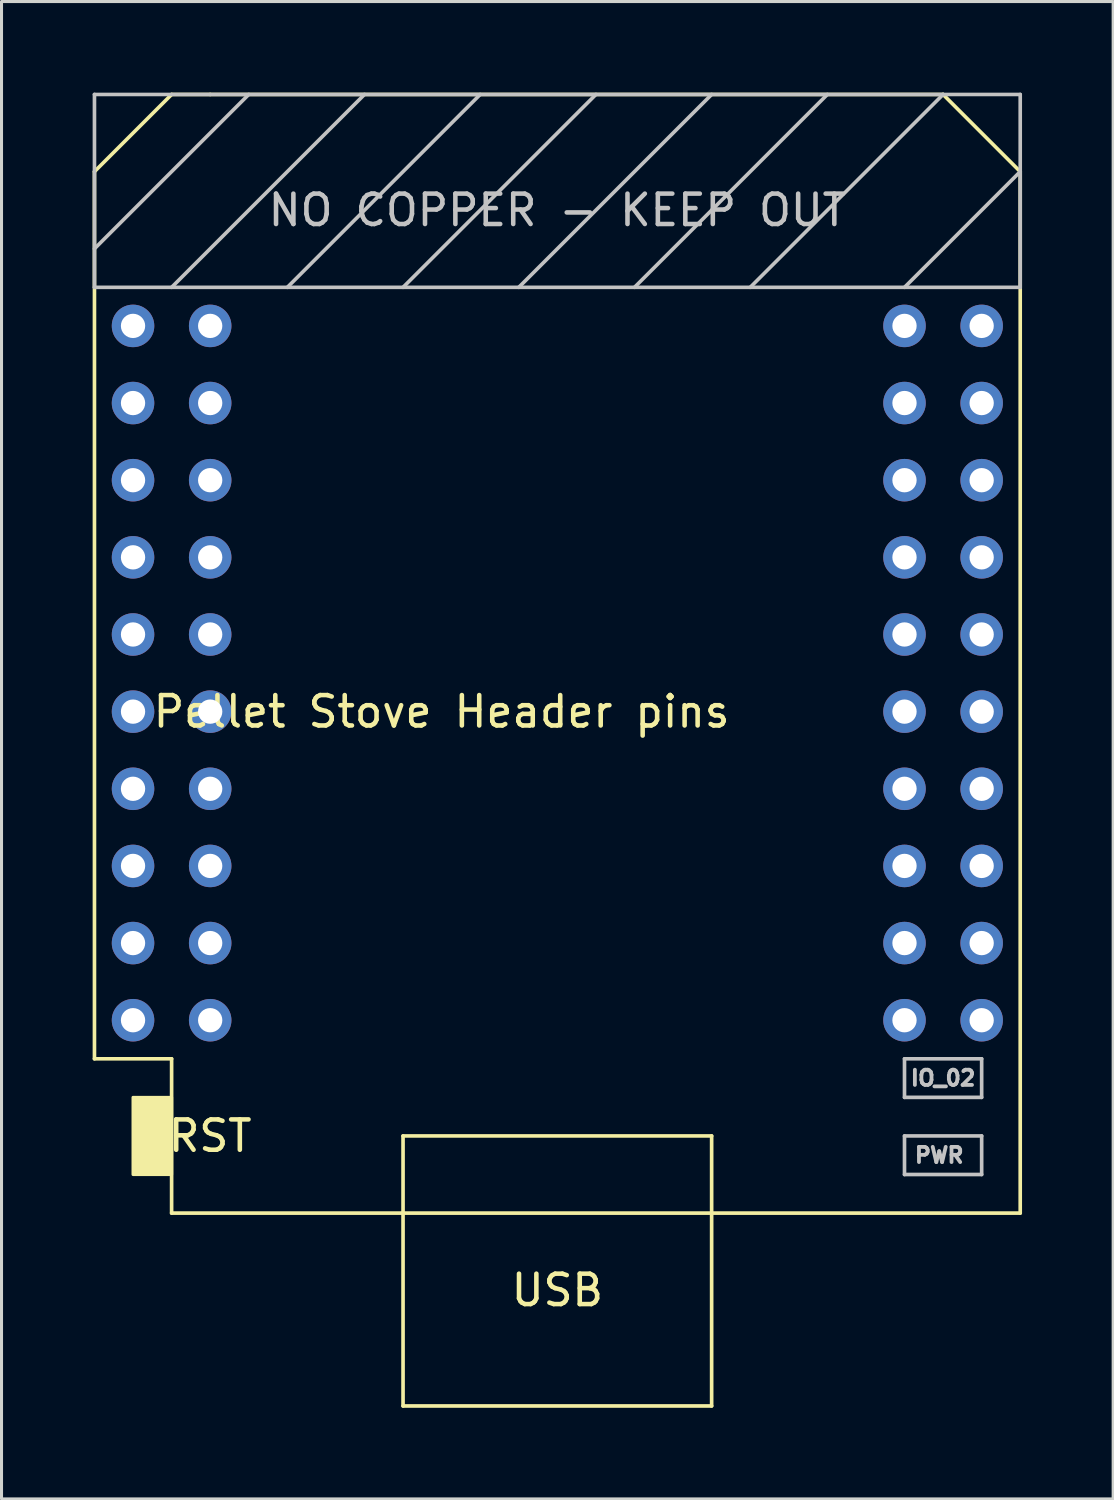
<source format=kicad_pcb>
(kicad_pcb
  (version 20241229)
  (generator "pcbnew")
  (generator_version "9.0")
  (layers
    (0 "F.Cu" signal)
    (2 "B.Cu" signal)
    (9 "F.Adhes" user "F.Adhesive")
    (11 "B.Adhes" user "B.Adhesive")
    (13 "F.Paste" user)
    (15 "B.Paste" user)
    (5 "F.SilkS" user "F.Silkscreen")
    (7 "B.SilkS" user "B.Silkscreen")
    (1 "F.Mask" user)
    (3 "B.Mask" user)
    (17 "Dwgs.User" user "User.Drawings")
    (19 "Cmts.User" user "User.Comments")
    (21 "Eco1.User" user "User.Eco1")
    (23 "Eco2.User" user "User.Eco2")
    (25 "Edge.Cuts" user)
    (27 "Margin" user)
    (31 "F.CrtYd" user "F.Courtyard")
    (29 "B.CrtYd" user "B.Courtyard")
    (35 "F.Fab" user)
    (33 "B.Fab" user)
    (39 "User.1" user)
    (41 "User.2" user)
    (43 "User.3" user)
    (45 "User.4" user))
  (footprint "Pellet Stove Header pins"
    (layer "F.Cu")
    (at 15.3 19.11)
    (property "Reference" "Pellet Stove Header pins" (at -3.81 1.27 0) (layer "F.SilkS") (effects (font (size 1 1) (thickness 0.15))))
    (attr through_hole)
    (fp_line (start -15.24 -16.51) (end -15.24 12.7) (stroke (width 0.12) (type solid)) (layer "F.SilkS"))
    (fp_line (start -15.24 12.7) (end -12.7 12.7) (stroke (width 0.12) (type solid)) (layer "F.SilkS"))
    (fp_line (start -12.7 -19.05) (end -15.24 -16.51) (stroke (width 0.12) (type solid)) (layer "F.SilkS"))
    (fp_line (start -12.7 -19.05) (end -11.43 -19.05) (stroke (width 0.12) (type solid)) (layer "F.SilkS"))
    (fp_line (start -12.7 12.7) (end -12.7 17.78) (stroke (width 0.12) (type solid)) (layer "F.SilkS"))
    (fp_line (start -12.7 17.78) (end 15.24 17.78) (stroke (width 0.12) (type solid)) (layer "F.SilkS"))
    (fp_line (start -5.08 15.24) (end 5.08 15.24) (stroke (width 0.12) (type solid)) (layer "F.SilkS"))
    (fp_line (start -5.08 17.78) (end -5.08 15.24) (stroke (width 0.12) (type solid)) (layer "F.SilkS"))
    (fp_line (start -5.08 17.78) (end -5.08 24.13) (stroke (width 0.12) (type solid)) (layer "F.SilkS"))
    (fp_line (start -5.08 24.13) (end 5.08 24.13) (stroke (width 0.12) (type solid)) (layer "F.SilkS"))
    (fp_line (start 5.08 15.24) (end 5.08 17.78) (stroke (width 0.12) (type solid)) (layer "F.SilkS"))
    (fp_line (start 5.08 24.13) (end 5.08 17.78) (stroke (width 0.12) (type solid)) (layer "F.SilkS"))
    (fp_line (start 12.7 -19.05) (end -11.43 -19.05) (stroke (width 0.12) (type solid)) (layer "F.SilkS"))
    (fp_line (start 12.7 -19.05) (end 15.24 -16.51) (stroke (width 0.12) (type solid)) (layer "F.SilkS"))
    (fp_line (start 15.24 -16.51) (end 15.24 17.78) (stroke (width 0.12) (type solid)) (layer "F.SilkS"))
    (fp_poly (pts (xy -13.97 16.51) (xy -13.97 13.97) (xy -12.7 13.97) (xy -12.7 16.51)) (stroke (width 0.1) (type solid)) (fill yes) (layer "F.SilkS"))
    (fp_line (start -15.24 -19.05) (end -15.24 -12.7) (stroke (width 0.12) (type solid)) (layer "Dwgs.User"))
    (fp_line (start -15.24 -12.7) (end 15.24 -12.7) (stroke (width 0.12) (type solid)) (layer "Dwgs.User"))
    (fp_line (start -10.16 -19.05) (end -15.24 -13.97) (stroke (width 0.12) (type solid)) (layer "Dwgs.User"))
    (fp_line (start -6.35 -19.05) (end -12.7 -12.7) (stroke (width 0.12) (type solid)) (layer "Dwgs.User"))
    (fp_line (start -2.54 -19.05) (end -8.89 -12.7) (stroke (width 0.12) (type solid)) (layer "Dwgs.User"))
    (fp_line (start 1.27 -19.05) (end -5.08 -12.7) (stroke (width 0.12) (type solid)) (layer "Dwgs.User"))
    (fp_line (start 5.08 -19.05) (end -1.27 -12.7) (stroke (width 0.12) (type solid)) (layer "Dwgs.User"))
    (fp_line (start 8.89 -19.05) (end 2.54 -12.7) (stroke (width 0.12) (type solid)) (layer "Dwgs.User"))
    (fp_line (start 11.43 12.7) (end 11.43 13.97) (stroke (width 0.12) (type solid)) (layer "Dwgs.User"))
    (fp_line (start 11.43 13.97) (end 13.97 13.97) (stroke (width 0.12) (type solid)) (layer "Dwgs.User"))
    (fp_line (start 11.43 15.24) (end 13.97 15.24) (stroke (width 0.12) (type solid)) (layer "Dwgs.User"))
    (fp_line (start 11.43 16.51) (end 11.43 15.24) (stroke (width 0.12) (type solid)) (layer "Dwgs.User"))
    (fp_line (start 12.7 -19.05) (end 6.35 -12.7) (stroke (width 0.12) (type solid)) (layer "Dwgs.User"))
    (fp_line (start 13.97 12.7) (end 11.43 12.7) (stroke (width 0.12) (type solid)) (layer "Dwgs.User"))
    (fp_line (start 13.97 13.97) (end 13.97 12.7) (stroke (width 0.12) (type solid)) (layer "Dwgs.User"))
    (fp_line (start 13.97 15.24) (end 13.97 16.51) (stroke (width 0.12) (type solid)) (layer "Dwgs.User"))
    (fp_line (start 13.97 16.51) (end 11.43 16.51) (stroke (width 0.12) (type solid)) (layer "Dwgs.User"))
    (fp_line (start 15.24 -19.05) (end -15.24 -19.05) (stroke (width 0.12) (type solid)) (layer "Dwgs.User"))
    (fp_line (start 15.24 -16.51) (end 11.43 -12.7) (stroke (width 0.12) (type solid)) (layer "Dwgs.User"))
    (fp_line (start 15.24 -12.7) (end 15.24 -19.05) (stroke (width 0.12) (type solid)) (layer "Dwgs.User"))
    (fp_text user "USB" (at 0 20.32 0) (layer "F.SilkS") (effects (font (size 1 1) (thickness 0.15))))
    (fp_text user "RST" (at -11.43 15.24 0) (layer "F.SilkS") (effects (font (size 1 1) (thickness 0.15))))
    (fp_text user "PWR" (at 12.573 15.875 0) (layer "Dwgs.User") (effects (font (size 0.5 0.5) (thickness 0.125))))
    (fp_text user "NO COPPER - KEEP OUT" (at 0 -15.24 0) (layer "Dwgs.User") (effects (font (size 1 1) (thickness 0.15))))
    (fp_text user "IO_02" (at 12.7 13.335 0) (layer "Dwgs.User") (effects (font (size 0.5 0.5) (thickness 0.125))))
    (pad "1" thru_hole circle (at -13.97 -11.43 270) (size 1.4 1.4) (drill 0.8) (layers "*.Cu" "*.Mask"))
    (pad "2" thru_hole circle (at -11.43 -11.43 270) (size 1.4 1.4) (drill 0.8) (layers "*.Cu" "*.Mask"))
    (pad "3" thru_hole circle (at -13.97 -8.89 270) (size 1.4 1.4) (drill 0.8) (layers "*.Cu" "*.Mask"))
    (pad "4" thru_hole circle (at -11.43 -8.89 270) (size 1.4 1.4) (drill 0.8) (layers "*.Cu" "*.Mask"))
    (pad "5" thru_hole circle (at -13.97 -6.35 270) (size 1.4 1.4) (drill 0.8) (layers "*.Cu" "*.Mask"))
    (pad "6" thru_hole circle (at -11.43 -6.35 270) (size 1.4 1.4) (drill 0.8) (layers "*.Cu" "*.Mask"))
    (pad "7" thru_hole circle (at -13.97 -3.81 270) (size 1.4 1.4) (drill 0.8) (layers "*.Cu" "*.Mask"))
    (pad "8" thru_hole circle (at -11.43 -3.81 270) (size 1.4 1.4) (drill 0.8) (layers "*.Cu" "*.Mask"))
    (pad "9" thru_hole circle (at -13.97 -1.27 270) (size 1.4 1.4) (drill 0.8) (layers "*.Cu" "*.Mask"))
    (pad "10" thru_hole circle (at -11.43 -1.27 270) (size 1.4 1.4) (drill 0.8) (layers "*.Cu" "*.Mask"))
    (pad "11" thru_hole circle (at -13.97 1.27 270) (size 1.4 1.4) (drill 0.8) (layers "*.Cu" "*.Mask"))
    (pad "12" thru_hole circle (at -11.43 1.27 270) (size 1.4 1.4) (drill 0.8) (layers "*.Cu" "*.Mask"))
    (pad "13" thru_hole circle (at -13.97 3.81 270) (size 1.4 1.4) (drill 0.8) (layers "*.Cu" "*.Mask"))
    (pad "14" thru_hole circle (at -11.43 3.81 270) (size 1.4 1.4) (drill 0.8) (layers "*.Cu" "*.Mask"))
    (pad "15" thru_hole circle (at -13.97 6.35 270) (size 1.4 1.4) (drill 0.8) (layers "*.Cu" "*.Mask"))
    (pad "16" thru_hole circle (at -11.43 6.35 270) (size 1.4 1.4) (drill 0.8) (layers "*.Cu" "*.Mask"))
    (pad "17" thru_hole circle (at -13.97 8.89 270) (size 1.4 1.4) (drill 0.8) (layers "*.Cu" "*.Mask"))
    (pad "18" thru_hole circle (at -11.43 8.89 270) (size 1.4 1.4) (drill 0.8) (layers "*.Cu" "*.Mask"))
    (pad "19" thru_hole circle (at -13.97 11.43 270) (size 1.4 1.4) (drill 0.8) (layers "*.Cu" "*.Mask"))
    (pad "20" thru_hole circle (at -11.43 11.43 270) (size 1.4 1.4) (drill 0.8) (layers "*.Cu" "*.Mask"))
    (pad "21" thru_hole circle (at 11.43 -11.43 270) (size 1.4 1.4) (drill 0.8) (layers "*.Cu" "*.Mask"))
    (pad "22" thru_hole circle (at 13.97 -11.43 270) (size 1.4 1.4) (drill 0.8) (layers "*.Cu" "*.Mask"))
    (pad "23" thru_hole circle (at 11.43 -8.89 270) (size 1.4 1.4) (drill 0.8) (layers "*.Cu" "*.Mask"))
    (pad "24" thru_hole circle (at 13.97 -8.89 270) (size 1.4 1.4) (drill 0.8) (layers "*.Cu" "*.Mask"))
    (pad "25" thru_hole circle (at 11.43 -6.35 270) (size 1.4 1.4) (drill 0.8) (layers "*.Cu" "*.Mask"))
    (pad "26" thru_hole circle (at 13.97 -6.35 270) (size 1.4 1.4) (drill 0.8) (layers "*.Cu" "*.Mask"))
    (pad "27" thru_hole circle (at 11.43 -3.81 270) (size 1.4 1.4) (drill 0.8) (layers "*.Cu" "*.Mask"))
    (pad "28" thru_hole circle (at 13.97 -3.81 270) (size 1.4 1.4) (drill 0.8) (layers "*.Cu" "*.Mask"))
    (pad "29" thru_hole circle (at 11.43 -1.27 270) (size 1.4 1.4) (drill 0.8) (layers "*.Cu" "*.Mask"))
    (pad "30" thru_hole circle (at 13.97 -1.27 270) (size 1.4 1.4) (drill 0.8) (layers "*.Cu" "*.Mask"))
    (pad "31" thru_hole circle (at 11.43 1.27 270) (size 1.4 1.4) (drill 0.8) (layers "*.Cu" "*.Mask"))
    (pad "32" thru_hole circle (at 13.97 1.27 270) (size 1.4 1.4) (drill 0.8) (layers "*.Cu" "*.Mask"))
    (pad "33" thru_hole circle (at 11.43 3.81 270) (size 1.4 1.4) (drill 0.8) (layers "*.Cu" "*.Mask"))
    (pad "34" thru_hole circle (at 13.97 3.81 270) (size 1.4 1.4) (drill 0.8) (layers "*.Cu" "*.Mask"))
    (pad "35" thru_hole circle (at 11.43 6.35 270) (size 1.4 1.4) (drill 0.8) (layers "*.Cu" "*.Mask"))
    (pad "36" thru_hole circle (at 13.97 6.35 270) (size 1.4 1.4) (drill 0.8) (layers "*.Cu" "*.Mask"))
    (pad "37" thru_hole circle (at 11.43 8.89 270) (size 1.4 1.4) (drill 0.8) (layers "*.Cu" "*.Mask"))
    (pad "38" thru_hole circle (at 13.97 8.89 270) (size 1.4 1.4) (drill 0.8) (layers "*.Cu" "*.Mask"))
    (pad "39" thru_hole circle (at 11.43 11.43 270) (size 1.4 1.4) (drill 0.8) (layers "*.Cu" "*.Mask"))
    (pad "40" thru_hole circle (at 13.97 11.43 270) (size 1.4 1.4) (drill 0.8) (layers "*.Cu" "*.Mask")))
  (gr_rect
    (start -3 -3)
    (end 33.6 46.3)
    (stroke (width 0.1) (type default))
    (fill no)
    (layer "Edge.Cuts")))
</source>
